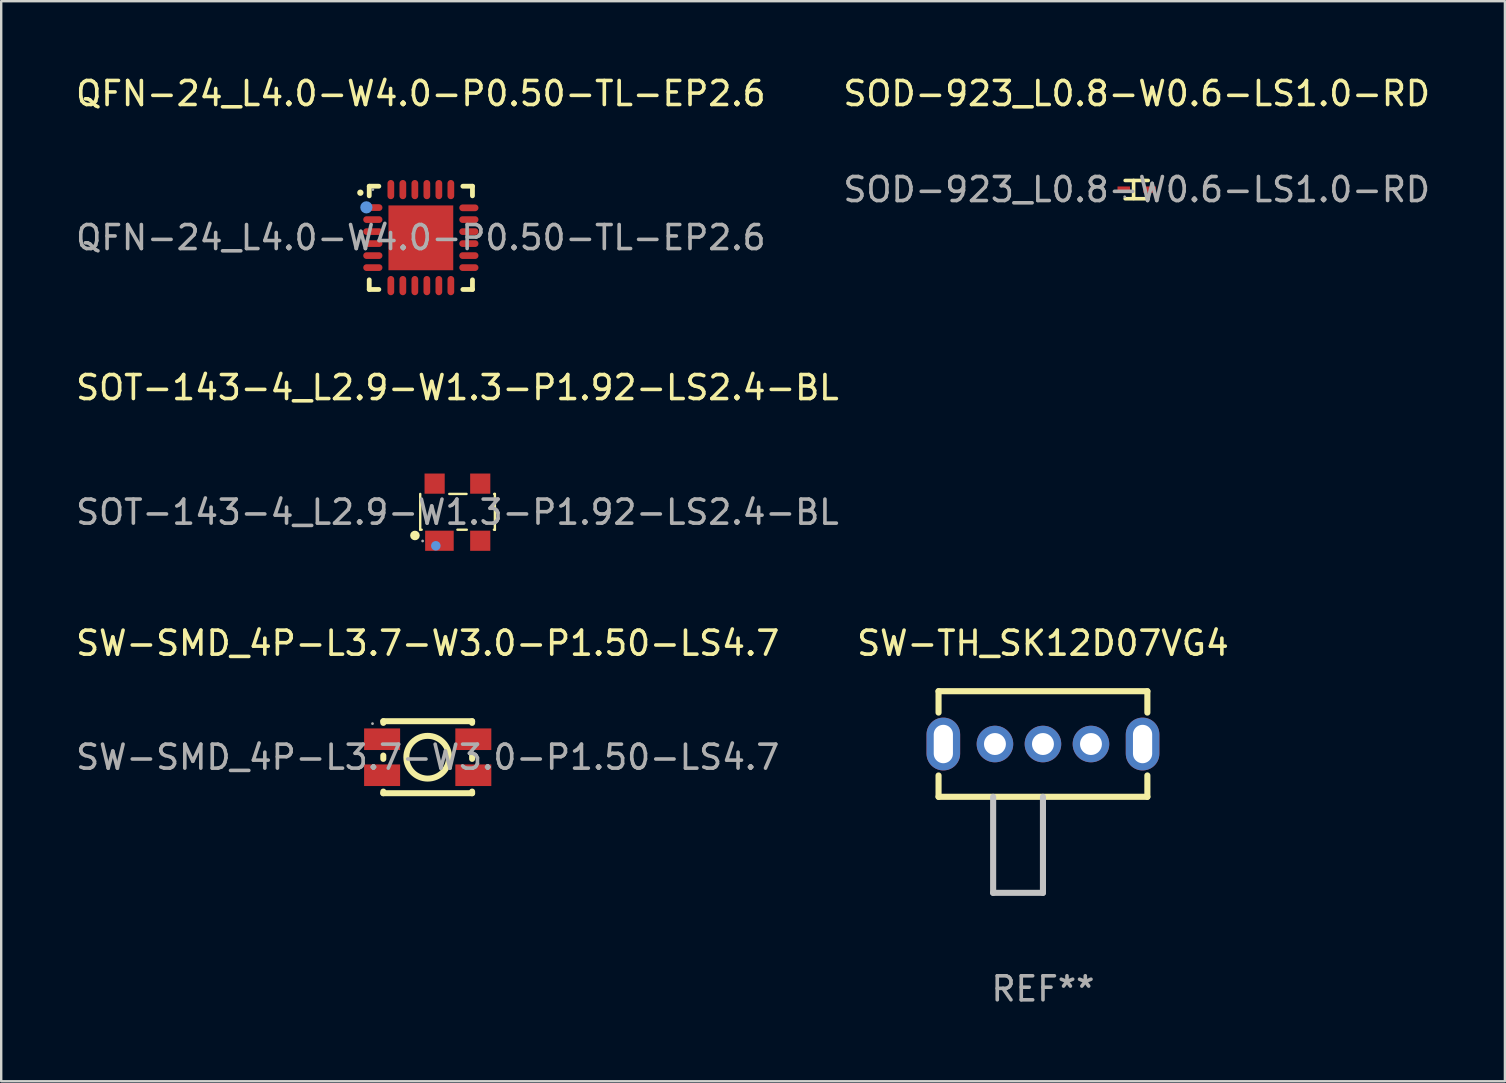
<source format=kicad_pcb>
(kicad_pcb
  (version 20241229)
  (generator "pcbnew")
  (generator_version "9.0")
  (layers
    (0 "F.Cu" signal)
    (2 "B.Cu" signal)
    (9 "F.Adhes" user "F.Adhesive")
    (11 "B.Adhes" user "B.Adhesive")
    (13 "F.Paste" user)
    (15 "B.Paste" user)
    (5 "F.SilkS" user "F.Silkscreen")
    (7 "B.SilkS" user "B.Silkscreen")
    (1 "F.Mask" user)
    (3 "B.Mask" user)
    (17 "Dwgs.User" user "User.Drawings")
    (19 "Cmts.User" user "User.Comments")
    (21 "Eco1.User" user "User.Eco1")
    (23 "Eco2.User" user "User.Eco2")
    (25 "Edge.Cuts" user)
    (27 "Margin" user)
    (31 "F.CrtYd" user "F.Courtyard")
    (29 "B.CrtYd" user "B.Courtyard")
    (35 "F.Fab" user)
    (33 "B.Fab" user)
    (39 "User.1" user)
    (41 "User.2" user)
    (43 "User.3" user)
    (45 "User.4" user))
  (footprint "SOD-923_L0.8-W0.6-LS1.0-RD"
    (layer "F.Cu")
    (at 44.304 4.848)
    (property "Reference" "SOD-923_L0.8-W0.6-LS1.0-RD" (at 0 -4 0) (layer "F.SilkS") (effects (font (size 1 1) (thickness 0.15))))
    (attr smd)
    (fp_line (start -0.48 -0.38) (end 0.48 -0.38) (stroke (width 0.15) (type solid)) (layer "F.SilkS"))
    (fp_line (start -0.48 0.38) (end 0.48 0.38) (stroke (width 0.15) (type solid)) (layer "F.SilkS"))
    (fp_line (start -0.13 -0.38) (end -0.13 0.37) (stroke (width 0.15) (type solid)) (layer "F.SilkS"))
    (fp_circle (center -0.5 0.3) (end -0.47 0.3) (stroke (width 0.06) (type solid)) (fill no) (layer "F.Fab"))
    (fp_text user "${REFERENCE}" (at 0 0 0) (layer "F.Fab") (effects (font (size 1 1) (thickness 0.15))))
    (pad "1" smd rect (at -0.54 0 180) (size 0.52 0.26) (layers "F.Cu" "F.Mask" "F.Paste"))
    (pad "2" smd rect (at 0.54 0 180) (size 0.52 0.26) (layers "F.Cu" "F.Mask" "F.Paste")))
  (footprint "SW-TH_SK12D07VG4"
    (layer "F.Cu")
    (at 40.398 27.945)
    (property "Reference" "SW-TH_SK12D07VG4" (at 0.001 -4.2 0) (layer "F.SilkS") (effects (font (size 1 1) (thickness 0.15))))
    (attr through_hole)
    (fp_line (start -4.35 -2.2) (end 4.35 -2.2) (stroke (width 0.254) (type solid)) (layer "F.SilkS"))
    (fp_line (start -4.349 -1.31) (end -4.349 -2.2) (stroke (width 0.254) (type solid)) (layer "F.SilkS"))
    (fp_line (start -4.349 2.199) (end -4.349 1.31) (stroke (width 0.254) (type solid)) (layer "F.SilkS"))
    (fp_line (start 4.35 -2.2) (end 4.35 -1.309) (stroke (width 0.254) (type solid)) (layer "F.SilkS"))
    (fp_line (start 4.35 1.309) (end 4.35 2.199) (stroke (width 0.254) (type solid)) (layer "F.SilkS"))
    (fp_line (start 4.351 2.199) (end -4.349 2.199) (stroke (width 0.254) (type solid)) (layer "F.SilkS"))
    (fp_line (start -2.075 2.2) (end -2.075 6.2) (stroke (width 0.254) (type solid)) (layer "Dwgs.User"))
    (fp_line (start -2.075 6.2) (end 0 6.2) (stroke (width 0.254) (type solid)) (layer "Dwgs.User"))
    (fp_line (start 0 6.2) (end 0 2.2) (stroke (width 0.254) (type solid)) (layer "Dwgs.User"))
    (fp_text user "REF**" (at 0.001 10.2 0) (layer "F.Fab") (effects (font (size 1 1) (thickness 0.15))))
    (pad "1" thru_hole circle (at -2 0) (size 1.524 1.524) (drill 0.914) (layers "*.Cu" "*.Mask"))
    (pad "2" thru_hole circle (at 0 0) (size 1.524 1.524) (drill 0.914) (layers "*.Cu" "*.Mask"))
    (pad "3" thru_hole circle (at 2 0) (size 1.524 1.524) (drill 0.914) (layers "*.Cu" "*.Mask"))
    (pad "4" thru_hole oval (at 4.15 0) (size 1.4 2.2) (drill oval 0.8 1.6) (layers "*.Cu" "*.Mask"))
    (pad "5" thru_hole oval (at -4.15 0) (size 1.4 2.2) (drill oval 0.8 1.6) (layers "*.Cu" "*.Mask")))
  (footprint "SW-SMD_4P-L3.7-W3.0-P1.50-LS4.7"
    (layer "F.Cu")
    (at 14.768 28.495)
    (property "Reference" "SW-SMD_4P-L3.7-W3.0-P1.50-LS4.7" (at 0 -4.75 0) (layer "F.SilkS") (effects (font (size 1 1) (thickness 0.15))))
    (attr smd)
    (fp_line (start -1.85 -1.5) (end -1.85 -1.43) (stroke (width 0.25) (type solid)) (layer "F.SilkS"))
    (fp_line (start -1.85 -1.5) (end 1.85 -1.5) (stroke (width 0.25) (type solid)) (layer "F.SilkS"))
    (fp_line (start -1.85 -0.07) (end -1.85 0.07) (stroke (width 0.25) (type solid)) (layer "F.SilkS"))
    (fp_line (start -1.85 1.43) (end -1.85 1.5) (stroke (width 0.25) (type solid)) (layer "F.SilkS"))
    (fp_line (start -1.85 1.5) (end 1.85 1.5) (stroke (width 0.25) (type solid)) (layer "F.SilkS"))
    (fp_line (start 1.85 -1.5) (end 1.85 -1.43) (stroke (width 0.25) (type solid)) (layer "F.SilkS"))
    (fp_line (start 1.85 -0.07) (end 1.85 0.07) (stroke (width 0.25) (type solid)) (layer "F.SilkS"))
    (fp_line (start 1.85 1.43) (end 1.85 1.5) (stroke (width 0.25) (type solid)) (layer "F.SilkS"))
    (fp_circle (center 0 0) (end 0.89 0) (stroke (width 0.25) (type solid)) (fill no) (layer "F.SilkS"))
    (fp_circle (center -2.3 -1.4) (end -2.27 -1.4) (stroke (width 0.06) (type solid)) (fill no) (layer "F.Fab"))
    (fp_text user "${REFERENCE}" (at 0 0 0) (layer "F.Fab") (effects (font (size 1 1) (thickness 0.15))))
    (pad "1" smd rect (at -1.9 -0.75) (size 1.5 0.9) (layers "F.Cu" "F.Mask" "F.Paste"))
    (pad "1" smd rect (at 1.9 -0.75) (size 1.5 0.9) (layers "F.Cu" "F.Mask" "F.Paste"))
    (pad "2" smd rect (at -1.9 0.75) (size 1.5 0.9) (layers "F.Cu" "F.Mask" "F.Paste"))
    (pad "2" smd rect (at 1.9 0.75) (size 1.5 0.9) (layers "F.Cu" "F.Mask" "F.Paste")))
  (footprint "SOT-143-4_L2.9-W1.3-P1.92-LS2.4-BL"
    (layer "F.Cu")
    (at 16.006 18.287)
    (property "Reference" "SOT-143-4_L2.9-W1.3-P1.92-LS2.4-BL" (at 0 -5.19 0) (layer "F.SilkS") (effects (font (size 1 1) (thickness 0.15))))
    (attr smd)
    (fp_line (start -1.55 0.73) (end -1.55 -0.76) (stroke (width 0.1) (type solid)) (layer "F.SilkS"))
    (fp_line (start -1.49 0.73) (end -1.55 0.73) (stroke (width 0.1) (type solid)) (layer "F.SilkS"))
    (fp_line (start -0.34 -0.76) (end 0.38 -0.76) (stroke (width 0.1) (type solid)) (layer "F.SilkS"))
    (fp_line (start 0.39 0.73) (end 0 0.73) (stroke (width 0.1) (type solid)) (layer "F.SilkS"))
    (fp_line (start 1.53 -0.76) (end 1.56 -0.76) (stroke (width 0.1) (type solid)) (layer "F.SilkS"))
    (fp_line (start 1.56 -0.76) (end 1.56 0.73) (stroke (width 0.1) (type solid)) (layer "F.SilkS"))
    (fp_line (start 1.56 0.73) (end 1.52 0.73) (stroke (width 0.1) (type solid)) (layer "F.SilkS"))
    (fp_circle (center -1.77 0.97) (end -1.67 0.97) (stroke (width 0.2) (type solid)) (fill no) (layer "F.SilkS"))
    (fp_circle (center -0.9 1.4) (end -0.8 1.4) (stroke (width 0.2) (type solid)) (fill no) (layer "Cmts.User"))
    (fp_circle (center -1.45 1.2) (end -1.42 1.2) (stroke (width 0.06) (type solid)) (fill no) (layer "F.Fab"))
    (fp_text user "${REFERENCE}" (at 0 0 0) (layer "F.Fab") (effects (font (size 1 1) (thickness 0.15))))
    (pad "1" smd rect (at -0.75 1.19) (size 1.19 0.84) (layers "F.Cu" "F.Mask" "F.Paste"))
    (pad "2" smd rect (at 0.95 1.19) (size 0.84 0.84) (layers "F.Cu" "F.Mask" "F.Paste"))
    (pad "3" smd rect (at 0.95 -1.19) (size 0.84 0.84) (layers "F.Cu" "F.Mask" "F.Paste"))
    (pad "4" smd rect (at -0.95 -1.19) (size 0.84 0.84) (layers "F.Cu" "F.Mask" "F.Paste")))
  (footprint "QFN-24_L4.0-W4.0-P0.50-TL-EP2.6"
    (layer "F.Cu")
    (at 14.482 6.848)
    (property "Reference" "QFN-24_L4.0-W4.0-P0.50-TL-EP2.6" (at 0 -6 0) (layer "F.SilkS") (effects (font (size 1 1) (thickness 0.15))))
    (attr smd)
    (fp_line (start -2.15 -2.14) (end -1.75 -2.14) (stroke (width 0.2) (type solid)) (layer "F.SilkS"))
    (fp_line (start -2.15 -1.74) (end -2.15 -2.14) (stroke (width 0.2) (type solid)) (layer "F.SilkS"))
    (fp_line (start -2.15 2.16) (end -2.15 1.76) (stroke (width 0.2) (type solid)) (layer "F.SilkS"))
    (fp_line (start -1.75 2.16) (end -2.15 2.16) (stroke (width 0.2) (type solid)) (layer "F.SilkS"))
    (fp_line (start 1.75 -2.14) (end 2.15 -2.14) (stroke (width 0.2) (type solid)) (layer "F.SilkS"))
    (fp_line (start 1.75 2.16) (end 2.15 2.16) (stroke (width 0.2) (type solid)) (layer "F.SilkS"))
    (fp_line (start 2.15 -2.14) (end 2.15 -1.74) (stroke (width 0.2) (type solid)) (layer "F.SilkS"))
    (fp_line (start 2.15 2.16) (end 2.15 1.76) (stroke (width 0.2) (type solid)) (layer "F.SilkS"))
    (fp_circle (center -2.52 -1.87) (end -2.438 -1.87) (stroke (width 0.1) (type solid)) (fill yes) (layer "F.SilkS"))
    (fp_circle (center -2.27 -1.26) (end -2.14 -1.26) (stroke (width 0.25) (type solid)) (fill no) (layer "Cmts.User"))
    (fp_circle (center -2 -2) (end -1.97 -2) (stroke (width 0.06) (type solid)) (fill no) (layer "F.Fab"))
    (fp_text user "${REFERENCE}" (at 0 0 0) (layer "F.Fab") (effects (font (size 1 1) (thickness 0.15))))
    (pad "1" smd oval (at -2 -1.25 90) (size 0.28 0.8) (layers "F.Cu" "F.Mask" "F.Paste"))
    (pad "2" smd oval (at -2 -0.75 90) (size 0.28 0.8) (layers "F.Cu" "F.Mask" "F.Paste"))
    (pad "3" smd oval (at -2 -0.25 90) (size 0.28 0.8) (layers "F.Cu" "F.Mask" "F.Paste"))
    (pad "4" smd oval (at -2 0.25 90) (size 0.28 0.8) (layers "F.Cu" "F.Mask" "F.Paste"))
    (pad "5" smd oval (at -2 0.75 90) (size 0.28 0.8) (layers "F.Cu" "F.Mask" "F.Paste"))
    (pad "6" smd oval (at -2 1.25 90) (size 0.28 0.8) (layers "F.Cu" "F.Mask" "F.Paste"))
    (pad "7" smd oval (at -1.25 2) (size 0.28 0.8) (layers "F.Cu" "F.Mask" "F.Paste"))
    (pad "8" smd oval (at -0.75 2) (size 0.28 0.8) (layers "F.Cu" "F.Mask" "F.Paste"))
    (pad "9" smd oval (at -0.25 2) (size 0.28 0.8) (layers "F.Cu" "F.Mask" "F.Paste"))
    (pad "10" smd oval (at 0.25 2) (size 0.28 0.8) (layers "F.Cu" "F.Mask" "F.Paste"))
    (pad "11" smd oval (at 0.75 2) (size 0.28 0.8) (layers "F.Cu" "F.Mask" "F.Paste"))
    (pad "12" smd oval (at 1.25 2) (size 0.28 0.8) (layers "F.Cu" "F.Mask" "F.Paste"))
    (pad "13" smd oval (at 2 1.25 90) (size 0.28 0.8) (layers "F.Cu" "F.Mask" "F.Paste"))
    (pad "14" smd oval (at 2 0.75 90) (size 0.28 0.8) (layers "F.Cu" "F.Mask" "F.Paste"))
    (pad "15" smd oval (at 2 0.25 90) (size 0.28 0.8) (layers "F.Cu" "F.Mask" "F.Paste"))
    (pad "16" smd oval (at 2 -0.25 90) (size 0.28 0.8) (layers "F.Cu" "F.Mask" "F.Paste"))
    (pad "17" smd oval (at 2 -0.75 90) (size 0.28 0.8) (layers "F.Cu" "F.Mask" "F.Paste"))
    (pad "18" smd oval (at 2 -1.24 90) (size 0.28 0.8) (layers "F.Cu" "F.Mask" "F.Paste"))
    (pad "19" smd oval (at 1.25 -2) (size 0.28 0.8) (layers "F.Cu" "F.Mask" "F.Paste"))
    (pad "20" smd oval (at 0.75 -2) (size 0.28 0.8) (layers "F.Cu" "F.Mask" "F.Paste"))
    (pad "21" smd oval (at 0.25 -2) (size 0.28 0.8) (layers "F.Cu" "F.Mask" "F.Paste"))
    (pad "22" smd oval (at -0.25 -2) (size 0.28 0.8) (layers "F.Cu" "F.Mask" "F.Paste"))
    (pad "23" smd oval (at -0.75 -2) (size 0.28 0.8) (layers "F.Cu" "F.Mask" "F.Paste"))
    (pad "24" smd oval (at -1.25 -2) (size 0.28 0.8) (layers "F.Cu" "F.Mask" "F.Paste"))
    (pad "25" smd rect (at 0 0.01) (size 2.7 2.7) (layers "F.Cu" "F.Mask" "F.Paste")))
  (gr_rect
    (start -3 -3)
    (end 59.643 41.993)
    (stroke (width 0.1) (type default))
    (fill no)
    (layer "Edge.Cuts")))
</source>
